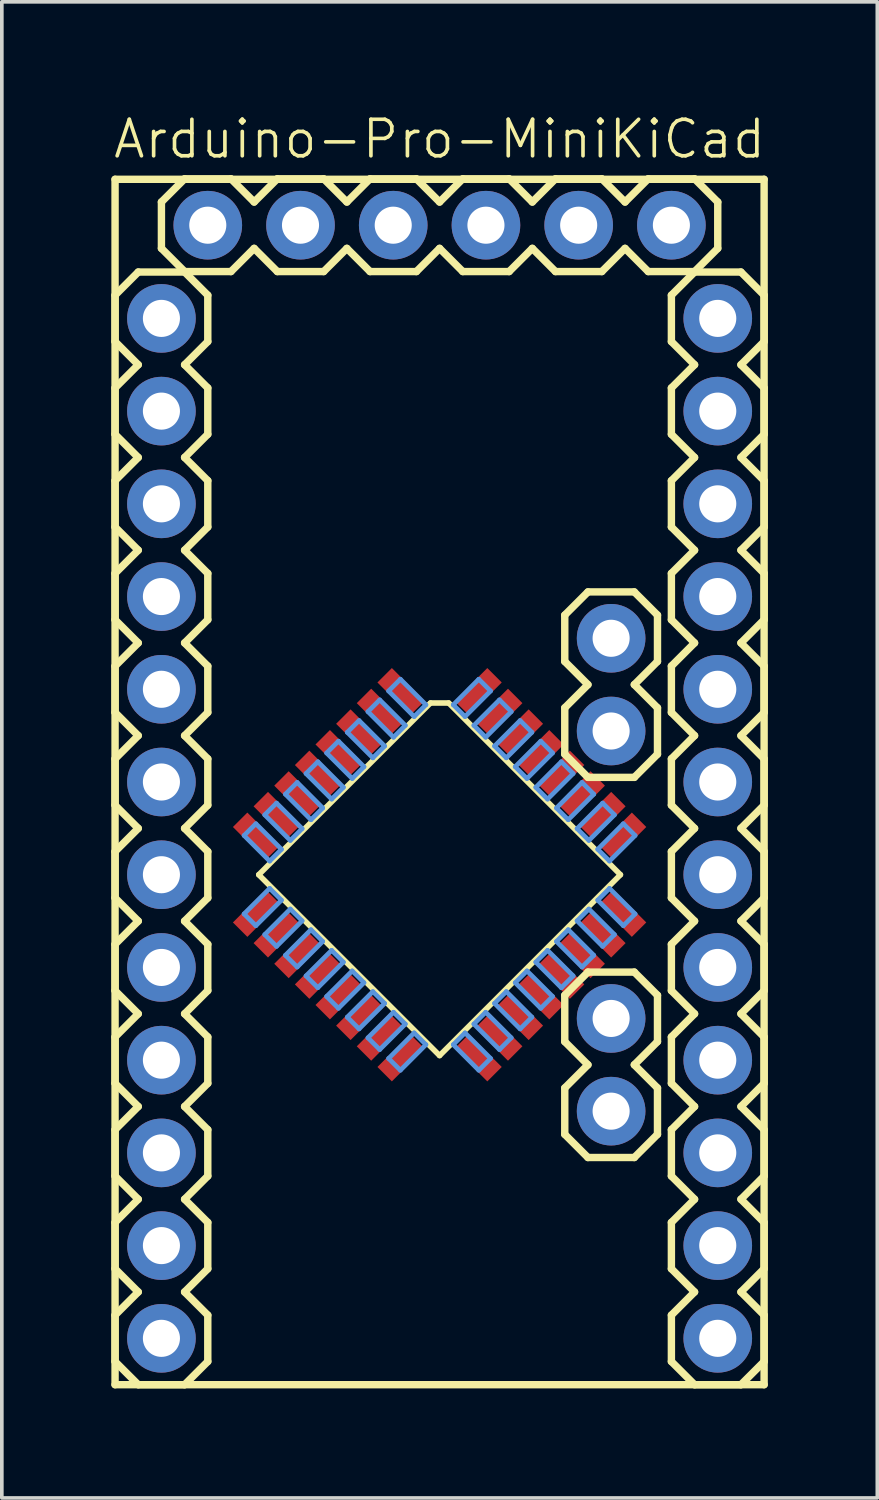
<source format=kicad_pcb>
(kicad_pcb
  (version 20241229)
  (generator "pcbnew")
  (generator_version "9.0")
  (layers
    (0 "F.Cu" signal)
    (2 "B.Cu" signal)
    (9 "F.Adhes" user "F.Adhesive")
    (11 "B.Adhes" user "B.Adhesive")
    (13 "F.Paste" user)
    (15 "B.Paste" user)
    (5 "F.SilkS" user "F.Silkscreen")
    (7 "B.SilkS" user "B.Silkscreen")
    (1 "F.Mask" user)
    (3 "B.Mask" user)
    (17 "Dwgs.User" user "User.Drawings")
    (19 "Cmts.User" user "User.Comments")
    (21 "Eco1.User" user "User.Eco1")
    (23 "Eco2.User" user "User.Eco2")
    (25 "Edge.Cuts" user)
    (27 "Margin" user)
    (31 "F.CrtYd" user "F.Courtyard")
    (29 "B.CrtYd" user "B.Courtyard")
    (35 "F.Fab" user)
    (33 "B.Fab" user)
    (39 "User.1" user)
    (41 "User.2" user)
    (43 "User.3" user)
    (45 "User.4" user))
  (footprint "Arduino-Pro-MiniKiCad"
    (layer "F.Cu")
    (at 8.992 18.372)
    (property "Reference" "Arduino-Pro-MiniKiCad" (at 0 -17.612 0) (layer "F.SilkS") (effects (font (size 1 1) (thickness 0.1))))
    (attr through_hole)
    (fp_line (start -8.89 -16.51) (end -8.89 16.51) (stroke (width 0.203) (type solid)) (layer "F.SilkS"))
    (fp_line (start -8.89 16.51) (end 8.89 16.51) (stroke (width 0.203) (type solid)) (layer "F.SilkS"))
    (fp_line (start -8.89 -13.335) (end -8.255 -13.97) (stroke (width 0.203) (type solid)) (layer "F.SilkS"))
    (fp_line (start -8.89 -12.065) (end -8.89 -13.335) (stroke (width 0.203) (type solid)) (layer "F.SilkS"))
    (fp_line (start -8.89 -12.065) (end -8.255 -11.43) (stroke (width 0.203) (type solid)) (layer "F.SilkS"))
    (fp_line (start -8.89 -10.795) (end -8.255 -11.43) (stroke (width 0.203) (type solid)) (layer "F.SilkS"))
    (fp_line (start -8.89 -9.525) (end -8.89 -10.795) (stroke (width 0.203) (type solid)) (layer "F.SilkS"))
    (fp_line (start -8.89 -9.525) (end -8.255 -8.89) (stroke (width 0.203) (type solid)) (layer "F.SilkS"))
    (fp_line (start -8.89 -8.255) (end -8.255 -8.89) (stroke (width 0.203) (type solid)) (layer "F.SilkS"))
    (fp_line (start -8.89 -6.985) (end -8.89 -8.255) (stroke (width 0.203) (type solid)) (layer "F.SilkS"))
    (fp_line (start -8.89 -6.985) (end -8.255 -6.35) (stroke (width 0.203) (type solid)) (layer "F.SilkS"))
    (fp_line (start -8.89 -5.715) (end -8.255 -6.35) (stroke (width 0.203) (type solid)) (layer "F.SilkS"))
    (fp_line (start -8.89 -4.445) (end -8.89 -5.715) (stroke (width 0.203) (type solid)) (layer "F.SilkS"))
    (fp_line (start -8.89 -4.445) (end -8.255 -3.81) (stroke (width 0.203) (type solid)) (layer "F.SilkS"))
    (fp_line (start -8.89 -3.175) (end -8.255 -3.81) (stroke (width 0.203) (type solid)) (layer "F.SilkS"))
    (fp_line (start -8.89 -1.905) (end -8.89 -3.175) (stroke (width 0.203) (type solid)) (layer "F.SilkS"))
    (fp_line (start -8.89 -1.905) (end -8.255 -1.27) (stroke (width 0.203) (type solid)) (layer "F.SilkS"))
    (fp_line (start -8.89 -0.635) (end -8.255 -1.27) (stroke (width 0.203) (type solid)) (layer "F.SilkS"))
    (fp_line (start -8.89 0.635) (end -8.89 -0.635) (stroke (width 0.203) (type solid)) (layer "F.SilkS"))
    (fp_line (start -8.89 0.635) (end -8.255 1.27) (stroke (width 0.203) (type solid)) (layer "F.SilkS"))
    (fp_line (start -8.89 1.905) (end -8.255 1.27) (stroke (width 0.203) (type solid)) (layer "F.SilkS"))
    (fp_line (start -8.89 3.175) (end -8.89 1.905) (stroke (width 0.203) (type solid)) (layer "F.SilkS"))
    (fp_line (start -8.89 4.445) (end -8.255 3.81) (stroke (width 0.203) (type solid)) (layer "F.SilkS"))
    (fp_line (start -8.89 5.715) (end -8.89 4.445) (stroke (width 0.203) (type solid)) (layer "F.SilkS"))
    (fp_line (start -8.89 6.985) (end -8.255 6.35) (stroke (width 0.203) (type solid)) (layer "F.SilkS"))
    (fp_line (start -8.89 8.255) (end -8.89 6.985) (stroke (width 0.203) (type solid)) (layer "F.SilkS"))
    (fp_line (start -8.89 8.255) (end -8.255 8.89) (stroke (width 0.203) (type solid)) (layer "F.SilkS"))
    (fp_line (start -8.89 9.525) (end -8.255 8.89) (stroke (width 0.203) (type solid)) (layer "F.SilkS"))
    (fp_line (start -8.89 10.795) (end -8.89 9.525) (stroke (width 0.203) (type solid)) (layer "F.SilkS"))
    (fp_line (start -8.89 12.065) (end -8.255 11.43) (stroke (width 0.203) (type solid)) (layer "F.SilkS"))
    (fp_line (start -8.89 13.335) (end -8.89 12.065) (stroke (width 0.203) (type solid)) (layer "F.SilkS"))
    (fp_line (start -8.89 14.605) (end -8.255 13.97) (stroke (width 0.203) (type solid)) (layer "F.SilkS"))
    (fp_line (start -8.89 15.875) (end -8.89 14.605) (stroke (width 0.203) (type solid)) (layer "F.SilkS"))
    (fp_line (start -8.89 15.875) (end -8.255 16.51) (stroke (width 0.203) (type solid)) (layer "F.SilkS"))
    (fp_line (start -8.255 -13.97) (end -6.985 -13.97) (stroke (width 0.203) (type solid)) (layer "F.SilkS"))
    (fp_line (start -8.255 3.81) (end -8.89 3.175) (stroke (width 0.203) (type solid)) (layer "F.SilkS"))
    (fp_line (start -8.255 6.35) (end -8.89 5.715) (stroke (width 0.203) (type solid)) (layer "F.SilkS"))
    (fp_line (start -8.255 11.43) (end -8.89 10.795) (stroke (width 0.203) (type solid)) (layer "F.SilkS"))
    (fp_line (start -8.255 13.97) (end -8.89 13.335) (stroke (width 0.203) (type solid)) (layer "F.SilkS"))
    (fp_line (start -8.255 16.51) (end -6.985 16.51) (stroke (width 0.203) (type solid)) (layer "F.SilkS"))
    (fp_line (start -7.62 -15.888) (end -7.62 -14.618) (stroke (width 0.203) (type solid)) (layer "F.SilkS"))
    (fp_line (start -7.62 -14.618) (end -6.985 -13.983) (stroke (width 0.203) (type solid)) (layer "F.SilkS"))
    (fp_line (start -6.985 -16.523) (end -7.62 -15.888) (stroke (width 0.203) (type solid)) (layer "F.SilkS"))
    (fp_line (start -6.985 -16.523) (end -5.715 -16.523) (stroke (width 0.203) (type solid)) (layer "F.SilkS"))
    (fp_line (start -6.985 -13.97) (end -6.35 -13.335) (stroke (width 0.203) (type solid)) (layer "F.SilkS"))
    (fp_line (start -6.985 -11.43) (end -6.35 -12.065) (stroke (width 0.203) (type solid)) (layer "F.SilkS"))
    (fp_line (start -6.985 -11.43) (end -6.35 -10.795) (stroke (width 0.203) (type solid)) (layer "F.SilkS"))
    (fp_line (start -6.985 -8.89) (end -6.35 -9.525) (stroke (width 0.203) (type solid)) (layer "F.SilkS"))
    (fp_line (start -6.985 -8.89) (end -6.35 -8.255) (stroke (width 0.203) (type solid)) (layer "F.SilkS"))
    (fp_line (start -6.985 -6.35) (end -6.35 -6.985) (stroke (width 0.203) (type solid)) (layer "F.SilkS"))
    (fp_line (start -6.985 -6.35) (end -6.35 -5.715) (stroke (width 0.203) (type solid)) (layer "F.SilkS"))
    (fp_line (start -6.985 -3.81) (end -6.35 -4.445) (stroke (width 0.203) (type solid)) (layer "F.SilkS"))
    (fp_line (start -6.985 -3.81) (end -6.35 -3.175) (stroke (width 0.203) (type solid)) (layer "F.SilkS"))
    (fp_line (start -6.985 -1.27) (end -6.35 -1.905) (stroke (width 0.203) (type solid)) (layer "F.SilkS"))
    (fp_line (start -6.985 -1.27) (end -6.35 -0.635) (stroke (width 0.203) (type solid)) (layer "F.SilkS"))
    (fp_line (start -6.985 1.27) (end -6.35 0.635) (stroke (width 0.203) (type solid)) (layer "F.SilkS"))
    (fp_line (start -6.985 1.27) (end -6.35 1.905) (stroke (width 0.203) (type solid)) (layer "F.SilkS"))
    (fp_line (start -6.985 3.81) (end -6.35 4.445) (stroke (width 0.203) (type solid)) (layer "F.SilkS"))
    (fp_line (start -6.985 6.35) (end -6.35 6.985) (stroke (width 0.203) (type solid)) (layer "F.SilkS"))
    (fp_line (start -6.985 8.89) (end -6.35 8.255) (stroke (width 0.203) (type solid)) (layer "F.SilkS"))
    (fp_line (start -6.985 8.89) (end -6.35 9.525) (stroke (width 0.203) (type solid)) (layer "F.SilkS"))
    (fp_line (start -6.985 11.43) (end -6.35 12.065) (stroke (width 0.203) (type solid)) (layer "F.SilkS"))
    (fp_line (start -6.985 13.97) (end -6.35 14.605) (stroke (width 0.203) (type solid)) (layer "F.SilkS"))
    (fp_line (start -6.985 16.51) (end -6.35 15.875) (stroke (width 0.203) (type solid)) (layer "F.SilkS"))
    (fp_line (start -6.35 -13.335) (end -6.35 -12.065) (stroke (width 0.203) (type solid)) (layer "F.SilkS"))
    (fp_line (start -6.35 -10.795) (end -6.35 -9.525) (stroke (width 0.203) (type solid)) (layer "F.SilkS"))
    (fp_line (start -6.35 -8.255) (end -6.35 -6.985) (stroke (width 0.203) (type solid)) (layer "F.SilkS"))
    (fp_line (start -6.35 -5.715) (end -6.35 -4.445) (stroke (width 0.203) (type solid)) (layer "F.SilkS"))
    (fp_line (start -6.35 -3.175) (end -6.35 -1.905) (stroke (width 0.203) (type solid)) (layer "F.SilkS"))
    (fp_line (start -6.35 -0.635) (end -6.35 0.635) (stroke (width 0.203) (type solid)) (layer "F.SilkS"))
    (fp_line (start -6.35 1.905) (end -6.35 3.175) (stroke (width 0.203) (type solid)) (layer "F.SilkS"))
    (fp_line (start -6.35 3.175) (end -6.985 3.81) (stroke (width 0.203) (type solid)) (layer "F.SilkS"))
    (fp_line (start -6.35 4.445) (end -6.35 5.715) (stroke (width 0.203) (type solid)) (layer "F.SilkS"))
    (fp_line (start -6.35 5.715) (end -6.985 6.35) (stroke (width 0.203) (type solid)) (layer "F.SilkS"))
    (fp_line (start -6.35 6.985) (end -6.35 8.255) (stroke (width 0.203) (type solid)) (layer "F.SilkS"))
    (fp_line (start -6.35 9.525) (end -6.35 10.795) (stroke (width 0.203) (type solid)) (layer "F.SilkS"))
    (fp_line (start -6.35 10.795) (end -6.985 11.43) (stroke (width 0.203) (type solid)) (layer "F.SilkS"))
    (fp_line (start -6.35 12.065) (end -6.35 13.335) (stroke (width 0.203) (type solid)) (layer "F.SilkS"))
    (fp_line (start -6.35 13.335) (end -6.985 13.97) (stroke (width 0.203) (type solid)) (layer "F.SilkS"))
    (fp_line (start -6.35 14.605) (end -6.35 15.875) (stroke (width 0.203) (type solid)) (layer "F.SilkS"))
    (fp_line (start -5.715 -16.523) (end -5.08 -15.888) (stroke (width 0.203) (type solid)) (layer "F.SilkS"))
    (fp_line (start -5.715 -13.983) (end -6.985 -13.983) (stroke (width 0.203) (type solid)) (layer "F.SilkS"))
    (fp_line (start -5.08 -15.888) (end -4.445 -16.523) (stroke (width 0.203) (type solid)) (layer "F.SilkS"))
    (fp_line (start -5.08 -14.618) (end -5.715 -13.983) (stroke (width 0.203) (type solid)) (layer "F.SilkS"))
    (fp_line (start -4.954 2.54) (end -0.25 -2.164) (stroke (width 0.152) (type solid)) (layer "F.SilkS"))
    (fp_line (start -4.445 -16.523) (end -3.175 -16.523) (stroke (width 0.203) (type solid)) (layer "F.SilkS"))
    (fp_line (start -4.445 -13.983) (end -5.08 -14.618) (stroke (width 0.203) (type solid)) (layer "F.SilkS"))
    (fp_line (start -3.175 -16.523) (end -2.54 -15.888) (stroke (width 0.203) (type solid)) (layer "F.SilkS"))
    (fp_line (start -3.175 -13.983) (end -4.445 -13.983) (stroke (width 0.203) (type solid)) (layer "F.SilkS"))
    (fp_line (start -2.54 -15.888) (end -1.905 -16.523) (stroke (width 0.203) (type solid)) (layer "F.SilkS"))
    (fp_line (start -2.54 -14.618) (end -3.175 -13.983) (stroke (width 0.203) (type solid)) (layer "F.SilkS"))
    (fp_line (start -1.905 -16.523) (end -0.635 -16.523) (stroke (width 0.203) (type solid)) (layer "F.SilkS"))
    (fp_line (start -1.905 -13.983) (end -2.54 -14.618) (stroke (width 0.203) (type solid)) (layer "F.SilkS"))
    (fp_line (start -0.635 -16.523) (end 0.000015 -15.888) (stroke (width 0.203) (type solid)) (layer "F.SilkS"))
    (fp_line (start -0.635 -13.983) (end -1.905 -13.983) (stroke (width 0.203) (type solid)) (layer "F.SilkS"))
    (fp_line (start 0 7.494) (end -4.954 2.54) (stroke (width 0.152) (type solid)) (layer "F.SilkS"))
    (fp_line (start 0.000015 -14.618) (end -0.635 -13.983) (stroke (width 0.203) (type solid)) (layer "F.SilkS"))
    (fp_line (start 0.000015 -14.618) (end 0.635 -13.983) (stroke (width 0.203) (type solid)) (layer "F.SilkS"))
    (fp_line (start 0.25 -2.164) (end -0.25 -2.164) (stroke (width 0.152) (type solid)) (layer "F.SilkS"))
    (fp_line (start 0.25 -2.164) (end 4.954 2.54) (stroke (width 0.152) (type solid)) (layer "F.SilkS"))
    (fp_line (start 0.635 -16.523) (end 0.000015 -15.888) (stroke (width 0.203) (type solid)) (layer "F.SilkS"))
    (fp_line (start 0.635 -16.523) (end 1.905 -16.523) (stroke (width 0.203) (type solid)) (layer "F.SilkS"))
    (fp_line (start 1.905 -16.523) (end 2.54 -15.888) (stroke (width 0.203) (type solid)) (layer "F.SilkS"))
    (fp_line (start 1.905 -13.983) (end 0.635 -13.983) (stroke (width 0.203) (type solid)) (layer "F.SilkS"))
    (fp_line (start 2.54 -15.888) (end 3.175 -16.523) (stroke (width 0.203) (type solid)) (layer "F.SilkS"))
    (fp_line (start 2.54 -14.618) (end 1.905 -13.983) (stroke (width 0.203) (type solid)) (layer "F.SilkS"))
    (fp_line (start 3.175 -16.523) (end 4.445 -16.523) (stroke (width 0.203) (type solid)) (layer "F.SilkS"))
    (fp_line (start 3.175 -13.983) (end 2.54 -14.618) (stroke (width 0.203) (type solid)) (layer "F.SilkS"))
    (fp_line (start 3.429 -4.572) (end 4.064 -5.207) (stroke (width 0.203) (type solid)) (layer "F.SilkS"))
    (fp_line (start 3.429 -3.302) (end 3.429 -4.572) (stroke (width 0.203) (type solid)) (layer "F.SilkS"))
    (fp_line (start 3.429 -2.032) (end 4.064 -2.667) (stroke (width 0.203) (type solid)) (layer "F.SilkS"))
    (fp_line (start 3.429 -0.762) (end 3.429 -2.032) (stroke (width 0.203) (type solid)) (layer "F.SilkS"))
    (fp_line (start 3.429 -0.762) (end 4.064 -0.127) (stroke (width 0.203) (type solid)) (layer "F.SilkS"))
    (fp_line (start 3.429 5.842) (end 4.064 5.207) (stroke (width 0.203) (type solid)) (layer "F.SilkS"))
    (fp_line (start 3.429 7.112) (end 3.429 5.842) (stroke (width 0.203) (type solid)) (layer "F.SilkS"))
    (fp_line (start 3.429 8.382) (end 4.064 7.747) (stroke (width 0.203) (type solid)) (layer "F.SilkS"))
    (fp_line (start 3.429 9.652) (end 3.429 8.382) (stroke (width 0.203) (type solid)) (layer "F.SilkS"))
    (fp_line (start 3.429 9.652) (end 4.064 10.287) (stroke (width 0.203) (type solid)) (layer "F.SilkS"))
    (fp_line (start 4.064 -5.207) (end 5.334 -5.207) (stroke (width 0.203) (type solid)) (layer "F.SilkS"))
    (fp_line (start 4.064 -2.667) (end 3.429 -3.302) (stroke (width 0.203) (type solid)) (layer "F.SilkS"))
    (fp_line (start 4.064 -0.127) (end 5.334 -0.127) (stroke (width 0.203) (type solid)) (layer "F.SilkS"))
    (fp_line (start 4.064 5.207) (end 5.334 5.207) (stroke (width 0.203) (type solid)) (layer "F.SilkS"))
    (fp_line (start 4.064 7.747) (end 3.429 7.112) (stroke (width 0.203) (type solid)) (layer "F.SilkS"))
    (fp_line (start 4.064 10.287) (end 5.334 10.287) (stroke (width 0.203) (type solid)) (layer "F.SilkS"))
    (fp_line (start 4.445 -16.523) (end 5.08 -15.888) (stroke (width 0.203) (type solid)) (layer "F.SilkS"))
    (fp_line (start 4.445 -13.983) (end 3.175 -13.983) (stroke (width 0.203) (type solid)) (layer "F.SilkS"))
    (fp_line (start 4.954 2.54) (end 0 7.494) (stroke (width 0.152) (type solid)) (layer "F.SilkS"))
    (fp_line (start 5.08 -15.888) (end 5.715 -16.523) (stroke (width 0.203) (type solid)) (layer "F.SilkS"))
    (fp_line (start 5.08 -14.618) (end 4.445 -13.983) (stroke (width 0.203) (type solid)) (layer "F.SilkS"))
    (fp_line (start 5.334 -5.207) (end 5.969 -4.572) (stroke (width 0.203) (type solid)) (layer "F.SilkS"))
    (fp_line (start 5.334 -2.667) (end 5.969 -2.032) (stroke (width 0.203) (type solid)) (layer "F.SilkS"))
    (fp_line (start 5.334 -0.127) (end 5.969 -0.762) (stroke (width 0.203) (type solid)) (layer "F.SilkS"))
    (fp_line (start 5.334 5.207) (end 5.969 5.842) (stroke (width 0.203) (type solid)) (layer "F.SilkS"))
    (fp_line (start 5.334 7.747) (end 5.969 8.382) (stroke (width 0.203) (type solid)) (layer "F.SilkS"))
    (fp_line (start 5.334 10.287) (end 5.969 9.652) (stroke (width 0.203) (type solid)) (layer "F.SilkS"))
    (fp_line (start 5.715 -16.523) (end 6.985 -16.523) (stroke (width 0.203) (type solid)) (layer "F.SilkS"))
    (fp_line (start 5.715 -13.983) (end 5.08 -14.618) (stroke (width 0.203) (type solid)) (layer "F.SilkS"))
    (fp_line (start 5.969 -4.572) (end 5.969 -3.302) (stroke (width 0.203) (type solid)) (layer "F.SilkS"))
    (fp_line (start 5.969 -3.302) (end 5.334 -2.667) (stroke (width 0.203) (type solid)) (layer "F.SilkS"))
    (fp_line (start 5.969 -2.032) (end 5.969 -0.762) (stroke (width 0.203) (type solid)) (layer "F.SilkS"))
    (fp_line (start 5.969 5.842) (end 5.969 7.112) (stroke (width 0.203) (type solid)) (layer "F.SilkS"))
    (fp_line (start 5.969 7.112) (end 5.334 7.747) (stroke (width 0.203) (type solid)) (layer "F.SilkS"))
    (fp_line (start 5.969 8.382) (end 5.969 9.652) (stroke (width 0.203) (type solid)) (layer "F.SilkS"))
    (fp_line (start 6.35 -12.065) (end 6.35 -13.335) (stroke (width 0.203) (type solid)) (layer "F.SilkS"))
    (fp_line (start 6.35 -10.795) (end 6.985 -11.43) (stroke (width 0.203) (type solid)) (layer "F.SilkS"))
    (fp_line (start 6.35 -9.525) (end 6.35 -10.795) (stroke (width 0.203) (type solid)) (layer "F.SilkS"))
    (fp_line (start 6.35 -8.255) (end 6.985 -8.89) (stroke (width 0.203) (type solid)) (layer "F.SilkS"))
    (fp_line (start 6.35 -6.985) (end 6.35 -8.255) (stroke (width 0.203) (type solid)) (layer "F.SilkS"))
    (fp_line (start 6.35 -4.445) (end 6.35 -5.715) (stroke (width 0.203) (type solid)) (layer "F.SilkS"))
    (fp_line (start 6.35 -3.175) (end 6.985 -3.81) (stroke (width 0.203) (type solid)) (layer "F.SilkS"))
    (fp_line (start 6.35 -1.905) (end 6.35 -3.175) (stroke (width 0.203) (type solid)) (layer "F.SilkS"))
    (fp_line (start 6.35 -0.635) (end 6.985 -1.27) (stroke (width 0.203) (type solid)) (layer "F.SilkS"))
    (fp_line (start 6.35 0.635) (end 6.35 -0.635) (stroke (width 0.203) (type solid)) (layer "F.SilkS"))
    (fp_line (start 6.35 3.175) (end 6.35 1.905) (stroke (width 0.203) (type solid)) (layer "F.SilkS"))
    (fp_line (start 6.35 5.715) (end 6.35 4.445) (stroke (width 0.203) (type solid)) (layer "F.SilkS"))
    (fp_line (start 6.35 8.255) (end 6.35 6.985) (stroke (width 0.203) (type solid)) (layer "F.SilkS"))
    (fp_line (start 6.35 10.795) (end 6.35 9.525) (stroke (width 0.203) (type solid)) (layer "F.SilkS"))
    (fp_line (start 6.35 13.335) (end 6.35 12.065) (stroke (width 0.203) (type solid)) (layer "F.SilkS"))
    (fp_line (start 6.35 15.875) (end 6.35 14.605) (stroke (width 0.203) (type solid)) (layer "F.SilkS"))
    (fp_line (start 6.985 -16.523) (end 7.62 -15.888) (stroke (width 0.203) (type solid)) (layer "F.SilkS"))
    (fp_line (start 6.985 -13.983) (end 5.715 -13.983) (stroke (width 0.203) (type solid)) (layer "F.SilkS"))
    (fp_line (start 6.985 -13.97) (end 6.35 -13.335) (stroke (width 0.203) (type solid)) (layer "F.SilkS"))
    (fp_line (start 6.985 -11.43) (end 6.35 -12.065) (stroke (width 0.203) (type solid)) (layer "F.SilkS"))
    (fp_line (start 6.985 -8.89) (end 6.35 -9.525) (stroke (width 0.203) (type solid)) (layer "F.SilkS"))
    (fp_line (start 6.985 -6.35) (end 6.35 -6.985) (stroke (width 0.203) (type solid)) (layer "F.SilkS"))
    (fp_line (start 6.985 -6.35) (end 6.35 -5.715) (stroke (width 0.203) (type solid)) (layer "F.SilkS"))
    (fp_line (start 6.985 -3.81) (end 6.35 -4.445) (stroke (width 0.203) (type solid)) (layer "F.SilkS"))
    (fp_line (start 6.985 -1.27) (end 6.35 -1.905) (stroke (width 0.203) (type solid)) (layer "F.SilkS"))
    (fp_line (start 6.985 1.27) (end 6.35 0.635) (stroke (width 0.203) (type solid)) (layer "F.SilkS"))
    (fp_line (start 6.985 1.27) (end 6.35 1.905) (stroke (width 0.203) (type solid)) (layer "F.SilkS"))
    (fp_line (start 6.985 3.81) (end 6.35 3.175) (stroke (width 0.203) (type solid)) (layer "F.SilkS"))
    (fp_line (start 6.985 3.81) (end 6.35 4.445) (stroke (width 0.203) (type solid)) (layer "F.SilkS"))
    (fp_line (start 6.985 6.35) (end 6.35 5.715) (stroke (width 0.203) (type solid)) (layer "F.SilkS"))
    (fp_line (start 6.985 6.35) (end 6.35 6.985) (stroke (width 0.203) (type solid)) (layer "F.SilkS"))
    (fp_line (start 6.985 8.89) (end 6.35 8.255) (stroke (width 0.203) (type solid)) (layer "F.SilkS"))
    (fp_line (start 6.985 8.89) (end 6.35 9.525) (stroke (width 0.203) (type solid)) (layer "F.SilkS"))
    (fp_line (start 6.985 11.43) (end 6.35 10.795) (stroke (width 0.203) (type solid)) (layer "F.SilkS"))
    (fp_line (start 6.985 11.43) (end 6.35 12.065) (stroke (width 0.203) (type solid)) (layer "F.SilkS"))
    (fp_line (start 6.985 13.97) (end 6.35 13.335) (stroke (width 0.203) (type solid)) (layer "F.SilkS"))
    (fp_line (start 6.985 13.97) (end 6.35 14.605) (stroke (width 0.203) (type solid)) (layer "F.SilkS"))
    (fp_line (start 6.985 16.51) (end 6.35 15.875) (stroke (width 0.203) (type solid)) (layer "F.SilkS"))
    (fp_line (start 7.62 -15.888) (end 7.62 -14.618) (stroke (width 0.203) (type solid)) (layer "F.SilkS"))
    (fp_line (start 7.62 -14.618) (end 6.985 -13.983) (stroke (width 0.203) (type solid)) (layer "F.SilkS"))
    (fp_line (start 8.255 -13.97) (end 6.985 -13.97) (stroke (width 0.203) (type solid)) (layer "F.SilkS"))
    (fp_line (start 8.255 -11.43) (end 8.89 -10.795) (stroke (width 0.203) (type solid)) (layer "F.SilkS"))
    (fp_line (start 8.255 -8.89) (end 8.89 -8.255) (stroke (width 0.203) (type solid)) (layer "F.SilkS"))
    (fp_line (start 8.255 -3.81) (end 8.89 -3.175) (stroke (width 0.203) (type solid)) (layer "F.SilkS"))
    (fp_line (start 8.255 -1.27) (end 8.89 -0.635) (stroke (width 0.203) (type solid)) (layer "F.SilkS"))
    (fp_line (start 8.255 16.51) (end 6.985 16.51) (stroke (width 0.203) (type solid)) (layer "F.SilkS"))
    (fp_line (start 8.89 -16.51) (end -8.89 -16.51) (stroke (width 0.203) (type solid)) (layer "F.SilkS"))
    (fp_line (start 8.89 16.51) (end 8.89 -16.51) (stroke (width 0.203) (type solid)) (layer "F.SilkS"))
    (fp_line (start 8.89 -13.335) (end 8.255 -13.97) (stroke (width 0.203) (type solid)) (layer "F.SilkS"))
    (fp_line (start 8.89 -13.335) (end 8.89 -12.065) (stroke (width 0.203) (type solid)) (layer "F.SilkS"))
    (fp_line (start 8.89 -12.065) (end 8.255 -11.43) (stroke (width 0.203) (type solid)) (layer "F.SilkS"))
    (fp_line (start 8.89 -10.795) (end 8.89 -9.525) (stroke (width 0.203) (type solid)) (layer "F.SilkS"))
    (fp_line (start 8.89 -9.525) (end 8.255 -8.89) (stroke (width 0.203) (type solid)) (layer "F.SilkS"))
    (fp_line (start 8.89 -8.255) (end 8.89 -6.985) (stroke (width 0.203) (type solid)) (layer "F.SilkS"))
    (fp_line (start 8.89 -6.985) (end 8.255 -6.35) (stroke (width 0.203) (type solid)) (layer "F.SilkS"))
    (fp_line (start 8.89 -5.715) (end 8.255 -6.35) (stroke (width 0.203) (type solid)) (layer "F.SilkS"))
    (fp_line (start 8.89 -5.715) (end 8.89 -4.445) (stroke (width 0.203) (type solid)) (layer "F.SilkS"))
    (fp_line (start 8.89 -4.445) (end 8.255 -3.81) (stroke (width 0.203) (type solid)) (layer "F.SilkS"))
    (fp_line (start 8.89 -3.175) (end 8.89 -1.905) (stroke (width 0.203) (type solid)) (layer "F.SilkS"))
    (fp_line (start 8.89 -1.905) (end 8.255 -1.27) (stroke (width 0.203) (type solid)) (layer "F.SilkS"))
    (fp_line (start 8.89 -0.635) (end 8.89 0.635) (stroke (width 0.203) (type solid)) (layer "F.SilkS"))
    (fp_line (start 8.89 0.635) (end 8.255 1.27) (stroke (width 0.203) (type solid)) (layer "F.SilkS"))
    (fp_line (start 8.89 1.905) (end 8.255 1.27) (stroke (width 0.203) (type solid)) (layer "F.SilkS"))
    (fp_line (start 8.89 1.905) (end 8.89 3.175) (stroke (width 0.203) (type solid)) (layer "F.SilkS"))
    (fp_line (start 8.89 3.175) (end 8.255 3.81) (stroke (width 0.203) (type solid)) (layer "F.SilkS"))
    (fp_line (start 8.89 4.445) (end 8.255 3.81) (stroke (width 0.203) (type solid)) (layer "F.SilkS"))
    (fp_line (start 8.89 4.445) (end 8.89 5.715) (stroke (width 0.203) (type solid)) (layer "F.SilkS"))
    (fp_line (start 8.89 5.715) (end 8.255 6.35) (stroke (width 0.203) (type solid)) (layer "F.SilkS"))
    (fp_line (start 8.89 6.985) (end 8.255 6.35) (stroke (width 0.203) (type solid)) (layer "F.SilkS"))
    (fp_line (start 8.89 6.985) (end 8.89 8.255) (stroke (width 0.203) (type solid)) (layer "F.SilkS"))
    (fp_line (start 8.89 8.255) (end 8.255 8.89) (stroke (width 0.203) (type solid)) (layer "F.SilkS"))
    (fp_line (start 8.89 9.525) (end 8.255 8.89) (stroke (width 0.203) (type solid)) (layer "F.SilkS"))
    (fp_line (start 8.89 9.525) (end 8.89 10.795) (stroke (width 0.203) (type solid)) (layer "F.SilkS"))
    (fp_line (start 8.89 10.795) (end 8.255 11.43) (stroke (width 0.203) (type solid)) (layer "F.SilkS"))
    (fp_line (start 8.89 12.065) (end 8.255 11.43) (stroke (width 0.203) (type solid)) (layer "F.SilkS"))
    (fp_line (start 8.89 12.065) (end 8.89 13.335) (stroke (width 0.203) (type solid)) (layer "F.SilkS"))
    (fp_line (start 8.89 13.335) (end 8.255 13.97) (stroke (width 0.203) (type solid)) (layer "F.SilkS"))
    (fp_line (start 8.89 14.605) (end 8.255 13.97) (stroke (width 0.203) (type solid)) (layer "F.SilkS"))
    (fp_line (start 8.89 14.605) (end 8.89 15.875) (stroke (width 0.203) (type solid)) (layer "F.SilkS"))
    (fp_line (start 8.89 15.875) (end 8.255 16.51) (stroke (width 0.203) (type solid)) (layer "F.SilkS"))
    (fp_line (start -7.874 -12.954) (end -7.874 -12.446) (stroke (width 0.127) (type solid)) (layer "Cmts.User"))
    (fp_line (start -7.874 -12.446) (end -7.366 -12.446) (stroke (width 0.127) (type solid)) (layer "Cmts.User"))
    (fp_line (start -7.874 -10.414) (end -7.874 -9.906) (stroke (width 0.127) (type solid)) (layer "Cmts.User"))
    (fp_line (start -7.874 -9.906) (end -7.366 -9.906) (stroke (width 0.127) (type solid)) (layer "Cmts.User"))
    (fp_line (start -7.874 -7.874) (end -7.874 -7.366) (stroke (width 0.127) (type solid)) (layer "Cmts.User"))
    (fp_line (start -7.874 -7.366) (end -7.366 -7.366) (stroke (width 0.127) (type solid)) (layer "Cmts.User"))
    (fp_line (start -7.874 -5.334) (end -7.874 -4.826) (stroke (width 0.127) (type solid)) (layer "Cmts.User"))
    (fp_line (start -7.874 -4.826) (end -7.366 -4.826) (stroke (width 0.127) (type solid)) (layer "Cmts.User"))
    (fp_line (start -7.874 -2.794) (end -7.874 -2.286) (stroke (width 0.127) (type solid)) (layer "Cmts.User"))
    (fp_line (start -7.874 -2.286) (end -7.366 -2.286) (stroke (width 0.127) (type solid)) (layer "Cmts.User"))
    (fp_line (start -7.874 -0.254) (end -7.874 0.254) (stroke (width 0.127) (type solid)) (layer "Cmts.User"))
    (fp_line (start -7.874 0.254) (end -7.366 0.254) (stroke (width 0.127) (type solid)) (layer "Cmts.User"))
    (fp_line (start -7.874 2.286) (end -7.874 2.794) (stroke (width 0.127) (type solid)) (layer "Cmts.User"))
    (fp_line (start -7.874 2.794) (end -7.366 2.794) (stroke (width 0.127) (type solid)) (layer "Cmts.User"))
    (fp_line (start -7.874 4.826) (end -7.874 5.334) (stroke (width 0.127) (type solid)) (layer "Cmts.User"))
    (fp_line (start -7.874 5.334) (end -7.366 5.334) (stroke (width 0.127) (type solid)) (layer "Cmts.User"))
    (fp_line (start -7.874 7.366) (end -7.874 7.874) (stroke (width 0.127) (type solid)) (layer "Cmts.User"))
    (fp_line (start -7.874 7.874) (end -7.366 7.874) (stroke (width 0.127) (type solid)) (layer "Cmts.User"))
    (fp_line (start -7.874 9.906) (end -7.874 10.414) (stroke (width 0.127) (type solid)) (layer "Cmts.User"))
    (fp_line (start -7.874 10.414) (end -7.366 10.414) (stroke (width 0.127) (type solid)) (layer "Cmts.User"))
    (fp_line (start -7.874 12.446) (end -7.874 12.954) (stroke (width 0.127) (type solid)) (layer "Cmts.User"))
    (fp_line (start -7.874 12.954) (end -7.366 12.954) (stroke (width 0.127) (type solid)) (layer "Cmts.User"))
    (fp_line (start -7.874 14.986) (end -7.874 15.494) (stroke (width 0.127) (type solid)) (layer "Cmts.User"))
    (fp_line (start -7.874 15.494) (end -7.366 15.494) (stroke (width 0.127) (type solid)) (layer "Cmts.User"))
    (fp_line (start -7.366 -12.954) (end -7.874 -12.954) (stroke (width 0.127) (type solid)) (layer "Cmts.User"))
    (fp_line (start -7.366 -12.446) (end -7.366 -12.954) (stroke (width 0.127) (type solid)) (layer "Cmts.User"))
    (fp_line (start -7.366 -10.414) (end -7.874 -10.414) (stroke (width 0.127) (type solid)) (layer "Cmts.User"))
    (fp_line (start -7.366 -9.906) (end -7.366 -10.414) (stroke (width 0.127) (type solid)) (layer "Cmts.User"))
    (fp_line (start -7.366 -7.874) (end -7.874 -7.874) (stroke (width 0.127) (type solid)) (layer "Cmts.User"))
    (fp_line (start -7.366 -7.366) (end -7.366 -7.874) (stroke (width 0.127) (type solid)) (layer "Cmts.User"))
    (fp_line (start -7.366 -5.334) (end -7.874 -5.334) (stroke (width 0.127) (type solid)) (layer "Cmts.User"))
    (fp_line (start -7.366 -4.826) (end -7.366 -5.334) (stroke (width 0.127) (type solid)) (layer "Cmts.User"))
    (fp_line (start -7.366 -2.794) (end -7.874 -2.794) (stroke (width 0.127) (type solid)) (layer "Cmts.User"))
    (fp_line (start -7.366 -2.286) (end -7.366 -2.794) (stroke (width 0.127) (type solid)) (layer "Cmts.User"))
    (fp_line (start -7.366 -0.254) (end -7.874 -0.254) (stroke (width 0.127) (type solid)) (layer "Cmts.User"))
    (fp_line (start -7.366 0.254) (end -7.366 -0.254) (stroke (width 0.127) (type solid)) (layer "Cmts.User"))
    (fp_line (start -7.366 2.286) (end -7.874 2.286) (stroke (width 0.127) (type solid)) (layer "Cmts.User"))
    (fp_line (start -7.366 2.794) (end -7.366 2.286) (stroke (width 0.127) (type solid)) (layer "Cmts.User"))
    (fp_line (start -7.366 4.826) (end -7.874 4.826) (stroke (width 0.127) (type solid)) (layer "Cmts.User"))
    (fp_line (start -7.366 5.334) (end -7.366 4.826) (stroke (width 0.127) (type solid)) (layer "Cmts.User"))
    (fp_line (start -7.366 7.366) (end -7.874 7.366) (stroke (width 0.127) (type solid)) (layer "Cmts.User"))
    (fp_line (start -7.366 7.874) (end -7.366 7.366) (stroke (width 0.127) (type solid)) (layer "Cmts.User"))
    (fp_line (start -7.366 9.906) (end -7.874 9.906) (stroke (width 0.127) (type solid)) (layer "Cmts.User"))
    (fp_line (start -7.366 10.414) (end -7.366 9.906) (stroke (width 0.127) (type solid)) (layer "Cmts.User"))
    (fp_line (start -7.366 12.446) (end -7.874 12.446) (stroke (width 0.127) (type solid)) (layer "Cmts.User"))
    (fp_line (start -7.366 12.954) (end -7.366 12.446) (stroke (width 0.127) (type solid)) (layer "Cmts.User"))
    (fp_line (start -7.366 14.986) (end -7.874 14.986) (stroke (width 0.127) (type solid)) (layer "Cmts.User"))
    (fp_line (start -7.366 15.494) (end -7.366 14.986) (stroke (width 0.127) (type solid)) (layer "Cmts.User"))
    (fp_line (start -6.604 -15.507) (end -6.604 -14.999) (stroke (width 0.127) (type solid)) (layer "Cmts.User"))
    (fp_line (start -6.604 -14.999) (end -6.096 -14.999) (stroke (width 0.127) (type solid)) (layer "Cmts.User"))
    (fp_line (start -6.096 -15.507) (end -6.604 -15.507) (stroke (width 0.127) (type solid)) (layer "Cmts.User"))
    (fp_line (start -6.096 -14.999) (end -6.096 -15.507) (stroke (width 0.127) (type solid)) (layer "Cmts.User"))
    (fp_line (start -5.356 1.466) (end -4.655 2.166) (stroke (width 0.127) (type solid)) (layer "Cmts.User"))
    (fp_line (start -5.356 3.614) (end -5.033 3.937) (stroke (width 0.127) (type solid)) (layer "Cmts.User"))
    (fp_line (start -5.033 1.143) (end -5.356 1.466) (stroke (width 0.127) (type solid)) (layer "Cmts.User"))
    (fp_line (start -5.033 3.937) (end -4.332 3.237) (stroke (width 0.127) (type solid)) (layer "Cmts.User"))
    (fp_line (start -4.79 0.9) (end -4.09 1.601) (stroke (width 0.127) (type solid)) (layer "Cmts.User"))
    (fp_line (start -4.79 4.18) (end -4.467 4.503) (stroke (width 0.127) (type solid)) (layer "Cmts.User"))
    (fp_line (start -4.655 2.166) (end -4.332 1.843) (stroke (width 0.127) (type solid)) (layer "Cmts.User"))
    (fp_line (start -4.655 2.914) (end -5.356 3.614) (stroke (width 0.127) (type solid)) (layer "Cmts.User"))
    (fp_line (start -4.467 0.577) (end -4.79 0.9) (stroke (width 0.127) (type solid)) (layer "Cmts.User"))
    (fp_line (start -4.467 4.503) (end -3.766 3.803) (stroke (width 0.127) (type solid)) (layer "Cmts.User"))
    (fp_line (start -4.332 1.843) (end -5.033 1.143) (stroke (width 0.127) (type solid)) (layer "Cmts.User"))
    (fp_line (start -4.332 3.237) (end -4.655 2.914) (stroke (width 0.127) (type solid)) (layer "Cmts.User"))
    (fp_line (start -4.224 0.334) (end -3.524 1.035) (stroke (width 0.127) (type solid)) (layer "Cmts.User"))
    (fp_line (start -4.224 4.746) (end -3.901 5.069) (stroke (width 0.127) (type solid)) (layer "Cmts.User"))
    (fp_line (start -4.09 3.479) (end -4.79 4.18) (stroke (width 0.127) (type solid)) (layer "Cmts.User"))
    (fp_line (start -4.09 1.601) (end -3.766 1.277) (stroke (width 0.127) (type solid)) (layer "Cmts.User"))
    (fp_line (start -4.064 -15.507) (end -4.064 -14.999) (stroke (width 0.127) (type solid)) (layer "Cmts.User"))
    (fp_line (start -4.064 -14.999) (end -3.556 -14.999) (stroke (width 0.127) (type solid)) (layer "Cmts.User"))
    (fp_line (start -3.901 0.011) (end -4.224 0.334) (stroke (width 0.127) (type solid)) (layer "Cmts.User"))
    (fp_line (start -3.901 5.069) (end -3.201 4.368) (stroke (width 0.127) (type solid)) (layer "Cmts.User"))
    (fp_line (start -3.766 3.803) (end -4.09 3.479) (stroke (width 0.127) (type solid)) (layer "Cmts.User"))
    (fp_line (start -3.766 1.277) (end -4.467 0.577) (stroke (width 0.127) (type solid)) (layer "Cmts.User"))
    (fp_line (start -3.659 -0.231) (end -2.958 0.469) (stroke (width 0.127) (type solid)) (layer "Cmts.User"))
    (fp_line (start -3.659 5.311) (end -3.335 5.635) (stroke (width 0.127) (type solid)) (layer "Cmts.User"))
    (fp_line (start -3.556 -15.507) (end -4.064 -15.507) (stroke (width 0.127) (type solid)) (layer "Cmts.User"))
    (fp_line (start -3.556 -14.999) (end -3.556 -15.507) (stroke (width 0.127) (type solid)) (layer "Cmts.User"))
    (fp_line (start -3.524 1.035) (end -3.201 0.712) (stroke (width 0.127) (type solid)) (layer "Cmts.User"))
    (fp_line (start -3.524 4.045) (end -4.224 4.746) (stroke (width 0.127) (type solid)) (layer "Cmts.User"))
    (fp_line (start -3.335 -0.555) (end -3.659 -0.231) (stroke (width 0.127) (type solid)) (layer "Cmts.User"))
    (fp_line (start -3.335 5.635) (end -2.635 4.934) (stroke (width 0.127) (type solid)) (layer "Cmts.User"))
    (fp_line (start -3.201 0.712) (end -3.901 0.011) (stroke (width 0.127) (type solid)) (layer "Cmts.User"))
    (fp_line (start -3.201 4.368) (end -3.524 4.045) (stroke (width 0.127) (type solid)) (layer "Cmts.User"))
    (fp_line (start -3.095 -0.795) (end -2.394 -0.095) (stroke (width 0.127) (type solid)) (layer "Cmts.User"))
    (fp_line (start -3.095 5.875) (end -2.771 6.199) (stroke (width 0.127) (type solid)) (layer "Cmts.User"))
    (fp_line (start -2.958 0.469) (end -2.635 0.146) (stroke (width 0.127) (type solid)) (layer "Cmts.User"))
    (fp_line (start -2.958 4.611) (end -3.659 5.311) (stroke (width 0.127) (type solid)) (layer "Cmts.User"))
    (fp_line (start -2.771 -1.119) (end -3.095 -0.795) (stroke (width 0.127) (type solid)) (layer "Cmts.User"))
    (fp_line (start -2.771 6.199) (end -2.071 5.498) (stroke (width 0.127) (type solid)) (layer "Cmts.User"))
    (fp_line (start -2.635 0.146) (end -3.335 -0.555) (stroke (width 0.127) (type solid)) (layer "Cmts.User"))
    (fp_line (start -2.635 4.934) (end -2.958 4.611) (stroke (width 0.127) (type solid)) (layer "Cmts.User"))
    (fp_line (start -2.529 -1.361) (end -1.828 -0.661) (stroke (width 0.127) (type solid)) (layer "Cmts.User"))
    (fp_line (start -2.529 6.441) (end -2.206 6.764) (stroke (width 0.127) (type solid)) (layer "Cmts.User"))
    (fp_line (start -2.394 -0.095) (end -2.071 -0.418) (stroke (width 0.127) (type solid)) (layer "Cmts.User"))
    (fp_line (start -2.394 5.175) (end -3.095 5.875) (stroke (width 0.127) (type solid)) (layer "Cmts.User"))
    (fp_line (start -2.206 -1.684) (end -2.529 -1.361) (stroke (width 0.127) (type solid)) (layer "Cmts.User"))
    (fp_line (start -2.206 6.764) (end -1.505 6.064) (stroke (width 0.127) (type solid)) (layer "Cmts.User"))
    (fp_line (start -2.071 -0.418) (end -2.771 -1.119) (stroke (width 0.127) (type solid)) (layer "Cmts.User"))
    (fp_line (start -2.071 5.498) (end -2.394 5.175) (stroke (width 0.127) (type solid)) (layer "Cmts.User"))
    (fp_line (start -1.963 -1.927) (end -1.263 -1.226) (stroke (width 0.127) (type solid)) (layer "Cmts.User"))
    (fp_line (start -1.963 7.007) (end -1.64 7.33) (stroke (width 0.127) (type solid)) (layer "Cmts.User"))
    (fp_line (start -1.828 -0.661) (end -1.505 -0.984) (stroke (width 0.127) (type solid)) (layer "Cmts.User"))
    (fp_line (start -1.828 5.741) (end -2.529 6.441) (stroke (width 0.127) (type solid)) (layer "Cmts.User"))
    (fp_line (start -1.64 -2.25) (end -1.963 -1.927) (stroke (width 0.127) (type solid)) (layer "Cmts.User"))
    (fp_line (start -1.64 7.33) (end -0.939 6.63) (stroke (width 0.127) (type solid)) (layer "Cmts.User"))
    (fp_line (start -1.524 -15.507) (end -1.524 -14.999) (stroke (width 0.127) (type solid)) (layer "Cmts.User"))
    (fp_line (start -1.524 -14.999) (end -1.016 -14.999) (stroke (width 0.127) (type solid)) (layer "Cmts.User"))
    (fp_line (start -1.505 -0.984) (end -2.206 -1.684) (stroke (width 0.127) (type solid)) (layer "Cmts.User"))
    (fp_line (start -1.505 6.064) (end -1.828 5.741) (stroke (width 0.127) (type solid)) (layer "Cmts.User"))
    (fp_line (start -1.397 -2.493) (end -0.697 -1.792) (stroke (width 0.127) (type solid)) (layer "Cmts.User"))
    (fp_line (start -1.397 7.573) (end -1.074 7.896) (stroke (width 0.127) (type solid)) (layer "Cmts.User"))
    (fp_line (start -1.263 -1.226) (end -0.939 -1.55) (stroke (width 0.127) (type solid)) (layer "Cmts.User"))
    (fp_line (start -1.263 6.306) (end -1.963 7.007) (stroke (width 0.127) (type solid)) (layer "Cmts.User"))
    (fp_line (start -1.074 -2.816) (end -1.397 -2.493) (stroke (width 0.127) (type solid)) (layer "Cmts.User"))
    (fp_line (start -1.074 7.896) (end -0.374 7.195) (stroke (width 0.127) (type solid)) (layer "Cmts.User"))
    (fp_line (start -1.016 -15.507) (end -1.524 -15.507) (stroke (width 0.127) (type solid)) (layer "Cmts.User"))
    (fp_line (start -1.016 -14.999) (end -1.016 -15.507) (stroke (width 0.127) (type solid)) (layer "Cmts.User"))
    (fp_line (start -0.939 -1.55) (end -1.64 -2.25) (stroke (width 0.127) (type solid)) (layer "Cmts.User"))
    (fp_line (start -0.939 6.63) (end -1.263 6.306) (stroke (width 0.127) (type solid)) (layer "Cmts.User"))
    (fp_line (start -0.697 -1.792) (end -0.374 -2.115) (stroke (width 0.127) (type solid)) (layer "Cmts.User"))
    (fp_line (start -0.697 6.872) (end -1.397 7.573) (stroke (width 0.127) (type solid)) (layer "Cmts.User"))
    (fp_line (start -0.374 -2.115) (end -1.074 -2.816) (stroke (width 0.127) (type solid)) (layer "Cmts.User"))
    (fp_line (start -0.374 7.195) (end -0.697 6.872) (stroke (width 0.127) (type solid)) (layer "Cmts.User"))
    (fp_line (start 0.374 -2.115) (end 0.697 -1.792) (stroke (width 0.127) (type solid)) (layer "Cmts.User"))
    (fp_line (start 0.374 7.195) (end 1.074 7.896) (stroke (width 0.127) (type solid)) (layer "Cmts.User"))
    (fp_line (start 0.697 -1.792) (end 1.397 -2.493) (stroke (width 0.127) (type solid)) (layer "Cmts.User"))
    (fp_line (start 0.697 6.872) (end 0.374 7.195) (stroke (width 0.127) (type solid)) (layer "Cmts.User"))
    (fp_line (start 0.939 -1.55) (end 1.263 -1.226) (stroke (width 0.127) (type solid)) (layer "Cmts.User"))
    (fp_line (start 0.939 6.63) (end 1.64 7.33) (stroke (width 0.127) (type solid)) (layer "Cmts.User"))
    (fp_line (start 1.016 -15.507) (end 1.016 -14.999) (stroke (width 0.127) (type solid)) (layer "Cmts.User"))
    (fp_line (start 1.016 -14.999) (end 1.524 -14.999) (stroke (width 0.127) (type solid)) (layer "Cmts.User"))
    (fp_line (start 1.074 -2.816) (end 0.374 -2.115) (stroke (width 0.127) (type solid)) (layer "Cmts.User"))
    (fp_line (start 1.074 7.896) (end 1.397 7.573) (stroke (width 0.127) (type solid)) (layer "Cmts.User"))
    (fp_line (start 1.263 -1.226) (end 1.963 -1.927) (stroke (width 0.127) (type solid)) (layer "Cmts.User"))
    (fp_line (start 1.263 6.306) (end 0.939 6.63) (stroke (width 0.127) (type solid)) (layer "Cmts.User"))
    (fp_line (start 1.397 -2.493) (end 1.074 -2.816) (stroke (width 0.127) (type solid)) (layer "Cmts.User"))
    (fp_line (start 1.397 7.573) (end 0.697 6.872) (stroke (width 0.127) (type solid)) (layer "Cmts.User"))
    (fp_line (start 1.505 -0.984) (end 1.828 -0.661) (stroke (width 0.127) (type solid)) (layer "Cmts.User"))
    (fp_line (start 1.505 6.064) (end 2.206 6.764) (stroke (width 0.127) (type solid)) (layer "Cmts.User"))
    (fp_line (start 1.524 -15.507) (end 1.016 -15.507) (stroke (width 0.127) (type solid)) (layer "Cmts.User"))
    (fp_line (start 1.524 -14.999) (end 1.524 -15.507) (stroke (width 0.127) (type solid)) (layer "Cmts.User"))
    (fp_line (start 1.64 -2.25) (end 0.939 -1.55) (stroke (width 0.127) (type solid)) (layer "Cmts.User"))
    (fp_line (start 1.64 7.33) (end 1.963 7.007) (stroke (width 0.127) (type solid)) (layer "Cmts.User"))
    (fp_line (start 1.828 -0.661) (end 2.529 -1.361) (stroke (width 0.127) (type solid)) (layer "Cmts.User"))
    (fp_line (start 1.828 5.741) (end 1.505 6.064) (stroke (width 0.127) (type solid)) (layer "Cmts.User"))
    (fp_line (start 1.963 -1.927) (end 1.64 -2.25) (stroke (width 0.127) (type solid)) (layer "Cmts.User"))
    (fp_line (start 1.963 7.007) (end 1.263 6.306) (stroke (width 0.127) (type solid)) (layer "Cmts.User"))
    (fp_line (start 2.071 -0.418) (end 2.394 -0.095) (stroke (width 0.127) (type solid)) (layer "Cmts.User"))
    (fp_line (start 2.071 5.498) (end 2.771 6.199) (stroke (width 0.127) (type solid)) (layer "Cmts.User"))
    (fp_line (start 2.206 -1.684) (end 1.505 -0.984) (stroke (width 0.127) (type solid)) (layer "Cmts.User"))
    (fp_line (start 2.206 6.764) (end 2.529 6.441) (stroke (width 0.127) (type solid)) (layer "Cmts.User"))
    (fp_line (start 2.394 -0.095) (end 3.095 -0.795) (stroke (width 0.127) (type solid)) (layer "Cmts.User"))
    (fp_line (start 2.394 5.175) (end 2.071 5.498) (stroke (width 0.127) (type solid)) (layer "Cmts.User"))
    (fp_line (start 2.529 -1.361) (end 2.206 -1.684) (stroke (width 0.127) (type solid)) (layer "Cmts.User"))
    (fp_line (start 2.529 6.441) (end 1.828 5.741) (stroke (width 0.127) (type solid)) (layer "Cmts.User"))
    (fp_line (start 2.635 0.146) (end 2.958 0.469) (stroke (width 0.127) (type solid)) (layer "Cmts.User"))
    (fp_line (start 2.635 4.934) (end 3.335 5.635) (stroke (width 0.127) (type solid)) (layer "Cmts.User"))
    (fp_line (start 2.771 -1.119) (end 2.071 -0.418) (stroke (width 0.127) (type solid)) (layer "Cmts.User"))
    (fp_line (start 2.771 6.199) (end 3.095 5.875) (stroke (width 0.127) (type solid)) (layer "Cmts.User"))
    (fp_line (start 2.958 0.469) (end 3.659 -0.231) (stroke (width 0.127) (type solid)) (layer "Cmts.User"))
    (fp_line (start 2.958 4.611) (end 2.635 4.934) (stroke (width 0.127) (type solid)) (layer "Cmts.User"))
    (fp_line (start 3.095 -0.795) (end 2.771 -1.119) (stroke (width 0.127) (type solid)) (layer "Cmts.User"))
    (fp_line (start 3.095 5.875) (end 2.394 5.175) (stroke (width 0.127) (type solid)) (layer "Cmts.User"))
    (fp_line (start 3.201 0.712) (end 3.524 1.035) (stroke (width 0.127) (type solid)) (layer "Cmts.User"))
    (fp_line (start 3.201 4.368) (end 3.901 5.069) (stroke (width 0.127) (type solid)) (layer "Cmts.User"))
    (fp_line (start 3.335 -0.555) (end 2.635 0.146) (stroke (width 0.127) (type solid)) (layer "Cmts.User"))
    (fp_line (start 3.335 5.635) (end 3.659 5.311) (stroke (width 0.127) (type solid)) (layer "Cmts.User"))
    (fp_line (start 3.524 1.035) (end 4.224 0.334) (stroke (width 0.127) (type solid)) (layer "Cmts.User"))
    (fp_line (start 3.524 4.045) (end 3.201 4.368) (stroke (width 0.127) (type solid)) (layer "Cmts.User"))
    (fp_line (start 3.556 -15.507) (end 3.556 -14.999) (stroke (width 0.127) (type solid)) (layer "Cmts.User"))
    (fp_line (start 3.556 -14.999) (end 4.064 -14.999) (stroke (width 0.127) (type solid)) (layer "Cmts.User"))
    (fp_line (start 3.659 -0.231) (end 3.335 -0.555) (stroke (width 0.127) (type solid)) (layer "Cmts.User"))
    (fp_line (start 3.659 5.311) (end 2.958 4.611) (stroke (width 0.127) (type solid)) (layer "Cmts.User"))
    (fp_line (start 3.766 3.803) (end 4.467 4.503) (stroke (width 0.127) (type solid)) (layer "Cmts.User"))
    (fp_line (start 3.766 1.277) (end 4.09 1.601) (stroke (width 0.127) (type solid)) (layer "Cmts.User"))
    (fp_line (start 3.901 0.011) (end 3.201 0.712) (stroke (width 0.127) (type solid)) (layer "Cmts.User"))
    (fp_line (start 3.901 5.069) (end 4.224 4.746) (stroke (width 0.127) (type solid)) (layer "Cmts.User"))
    (fp_line (start 4.064 -15.507) (end 3.556 -15.507) (stroke (width 0.127) (type solid)) (layer "Cmts.User"))
    (fp_line (start 4.064 -14.999) (end 4.064 -15.507) (stroke (width 0.127) (type solid)) (layer "Cmts.User"))
    (fp_line (start 4.09 3.479) (end 3.766 3.803) (stroke (width 0.127) (type solid)) (layer "Cmts.User"))
    (fp_line (start 4.09 1.601) (end 4.79 0.9) (stroke (width 0.127) (type solid)) (layer "Cmts.User"))
    (fp_line (start 4.224 0.334) (end 3.901 0.011) (stroke (width 0.127) (type solid)) (layer "Cmts.User"))
    (fp_line (start 4.224 4.746) (end 3.524 4.045) (stroke (width 0.127) (type solid)) (layer "Cmts.User"))
    (fp_line (start 4.332 1.843) (end 4.655 2.166) (stroke (width 0.127) (type solid)) (layer "Cmts.User"))
    (fp_line (start 4.332 3.237) (end 5.033 3.937) (stroke (width 0.127) (type solid)) (layer "Cmts.User"))
    (fp_line (start 4.445 -4.191) (end 4.445 -3.683) (stroke (width 0.127) (type solid)) (layer "Cmts.User"))
    (fp_line (start 4.445 -3.683) (end 4.953 -3.683) (stroke (width 0.127) (type solid)) (layer "Cmts.User"))
    (fp_line (start 4.445 -1.651) (end 4.445 -1.143) (stroke (width 0.127) (type solid)) (layer "Cmts.User"))
    (fp_line (start 4.445 -1.143) (end 4.953 -1.143) (stroke (width 0.127) (type solid)) (layer "Cmts.User"))
    (fp_line (start 4.445 6.223) (end 4.445 6.731) (stroke (width 0.127) (type solid)) (layer "Cmts.User"))
    (fp_line (start 4.445 6.731) (end 4.953 6.731) (stroke (width 0.127) (type solid)) (layer "Cmts.User"))
    (fp_line (start 4.445 8.763) (end 4.445 9.271) (stroke (width 0.127) (type solid)) (layer "Cmts.User"))
    (fp_line (start 4.445 9.271) (end 4.953 9.271) (stroke (width 0.127) (type solid)) (layer "Cmts.User"))
    (fp_line (start 4.467 0.577) (end 3.766 1.277) (stroke (width 0.127) (type solid)) (layer "Cmts.User"))
    (fp_line (start 4.467 4.503) (end 4.79 4.18) (stroke (width 0.127) (type solid)) (layer "Cmts.User"))
    (fp_line (start 4.655 2.166) (end 5.356 1.466) (stroke (width 0.127) (type solid)) (layer "Cmts.User"))
    (fp_line (start 4.655 2.914) (end 4.332 3.237) (stroke (width 0.127) (type solid)) (layer "Cmts.User"))
    (fp_line (start 4.79 0.9) (end 4.467 0.577) (stroke (width 0.127) (type solid)) (layer "Cmts.User"))
    (fp_line (start 4.79 4.18) (end 4.09 3.479) (stroke (width 0.127) (type solid)) (layer "Cmts.User"))
    (fp_line (start 4.953 -4.191) (end 4.445 -4.191) (stroke (width 0.127) (type solid)) (layer "Cmts.User"))
    (fp_line (start 4.953 -3.683) (end 4.953 -4.191) (stroke (width 0.127) (type solid)) (layer "Cmts.User"))
    (fp_line (start 4.953 -1.651) (end 4.445 -1.651) (stroke (width 0.127) (type solid)) (layer "Cmts.User"))
    (fp_line (start 4.953 -1.143) (end 4.953 -1.651) (stroke (width 0.127) (type solid)) (layer "Cmts.User"))
    (fp_line (start 4.953 6.223) (end 4.445 6.223) (stroke (width 0.127) (type solid)) (layer "Cmts.User"))
    (fp_line (start 4.953 6.731) (end 4.953 6.223) (stroke (width 0.127) (type solid)) (layer "Cmts.User"))
    (fp_line (start 4.953 8.763) (end 4.445 8.763) (stroke (width 0.127) (type solid)) (layer "Cmts.User"))
    (fp_line (start 4.953 9.271) (end 4.953 8.763) (stroke (width 0.127) (type solid)) (layer "Cmts.User"))
    (fp_line (start 5.033 1.143) (end 4.332 1.843) (stroke (width 0.127) (type solid)) (layer "Cmts.User"))
    (fp_line (start 5.033 3.937) (end 5.356 3.614) (stroke (width 0.127) (type solid)) (layer "Cmts.User"))
    (fp_line (start 5.356 1.466) (end 5.033 1.143) (stroke (width 0.127) (type solid)) (layer "Cmts.User"))
    (fp_line (start 5.356 3.614) (end 4.655 2.914) (stroke (width 0.127) (type solid)) (layer "Cmts.User"))
    (fp_line (start 6.096 -15.507) (end 6.096 -14.999) (stroke (width 0.127) (type solid)) (layer "Cmts.User"))
    (fp_line (start 6.096 -14.999) (end 6.604 -14.999) (stroke (width 0.127) (type solid)) (layer "Cmts.User"))
    (fp_line (start 6.604 -15.507) (end 6.096 -15.507) (stroke (width 0.127) (type solid)) (layer "Cmts.User"))
    (fp_line (start 6.604 -14.999) (end 6.604 -15.507) (stroke (width 0.127) (type solid)) (layer "Cmts.User"))
    (fp_line (start 7.366 -12.954) (end 7.366 -12.446) (stroke (width 0.127) (type solid)) (layer "Cmts.User"))
    (fp_line (start 7.366 -12.446) (end 7.874 -12.446) (stroke (width 0.127) (type solid)) (layer "Cmts.User"))
    (fp_line (start 7.366 -10.414) (end 7.366 -9.906) (stroke (width 0.127) (type solid)) (layer "Cmts.User"))
    (fp_line (start 7.366 -9.906) (end 7.874 -9.906) (stroke (width 0.127) (type solid)) (layer "Cmts.User"))
    (fp_line (start 7.366 -7.874) (end 7.366 -7.366) (stroke (width 0.127) (type solid)) (layer "Cmts.User"))
    (fp_line (start 7.366 -7.366) (end 7.874 -7.366) (stroke (width 0.127) (type solid)) (layer "Cmts.User"))
    (fp_line (start 7.366 -5.334) (end 7.366 -4.826) (stroke (width 0.127) (type solid)) (layer "Cmts.User"))
    (fp_line (start 7.366 -4.826) (end 7.874 -4.826) (stroke (width 0.127) (type solid)) (layer "Cmts.User"))
    (fp_line (start 7.366 -2.794) (end 7.366 -2.286) (stroke (width 0.127) (type solid)) (layer "Cmts.User"))
    (fp_line (start 7.366 -2.286) (end 7.874 -2.286) (stroke (width 0.127) (type solid)) (layer "Cmts.User"))
    (fp_line (start 7.366 -0.254) (end 7.366 0.254) (stroke (width 0.127) (type solid)) (layer "Cmts.User"))
    (fp_line (start 7.366 0.254) (end 7.874 0.254) (stroke (width 0.127) (type solid)) (layer "Cmts.User"))
    (fp_line (start 7.366 2.286) (end 7.366 2.794) (stroke (width 0.127) (type solid)) (layer "Cmts.User"))
    (fp_line (start 7.366 2.794) (end 7.874 2.794) (stroke (width 0.127) (type solid)) (layer "Cmts.User"))
    (fp_line (start 7.366 4.826) (end 7.366 5.334) (stroke (width 0.127) (type solid)) (layer "Cmts.User"))
    (fp_line (start 7.366 5.334) (end 7.874 5.334) (stroke (width 0.127) (type solid)) (layer "Cmts.User"))
    (fp_line (start 7.366 7.366) (end 7.366 7.874) (stroke (width 0.127) (type solid)) (layer "Cmts.User"))
    (fp_line (start 7.366 7.874) (end 7.874 7.874) (stroke (width 0.127) (type solid)) (layer "Cmts.User"))
    (fp_line (start 7.366 9.906) (end 7.366 10.414) (stroke (width 0.127) (type solid)) (layer "Cmts.User"))
    (fp_line (start 7.366 10.414) (end 7.874 10.414) (stroke (width 0.127) (type solid)) (layer "Cmts.User"))
    (fp_line (start 7.366 12.446) (end 7.366 12.954) (stroke (width 0.127) (type solid)) (layer "Cmts.User"))
    (fp_line (start 7.366 12.954) (end 7.874 12.954) (stroke (width 0.127) (type solid)) (layer "Cmts.User"))
    (fp_line (start 7.366 14.986) (end 7.366 15.494) (stroke (width 0.127) (type solid)) (layer "Cmts.User"))
    (fp_line (start 7.366 15.494) (end 7.874 15.494) (stroke (width 0.127) (type solid)) (layer "Cmts.User"))
    (fp_line (start 7.874 -12.954) (end 7.366 -12.954) (stroke (width 0.127) (type solid)) (layer "Cmts.User"))
    (fp_line (start 7.874 -12.446) (end 7.874 -12.954) (stroke (width 0.127) (type solid)) (layer "Cmts.User"))
    (fp_line (start 7.874 -10.414) (end 7.366 -10.414) (stroke (width 0.127) (type solid)) (layer "Cmts.User"))
    (fp_line (start 7.874 -9.906) (end 7.874 -10.414) (stroke (width 0.127) (type solid)) (layer "Cmts.User"))
    (fp_line (start 7.874 -7.874) (end 7.366 -7.874) (stroke (width 0.127) (type solid)) (layer "Cmts.User"))
    (fp_line (start 7.874 -7.366) (end 7.874 -7.874) (stroke (width 0.127) (type solid)) (layer "Cmts.User"))
    (fp_line (start 7.874 -5.334) (end 7.366 -5.334) (stroke (width 0.127) (type solid)) (layer "Cmts.User"))
    (fp_line (start 7.874 -4.826) (end 7.874 -5.334) (stroke (width 0.127) (type solid)) (layer "Cmts.User"))
    (fp_line (start 7.874 -2.794) (end 7.366 -2.794) (stroke (width 0.127) (type solid)) (layer "Cmts.User"))
    (fp_line (start 7.874 -2.286) (end 7.874 -2.794) (stroke (width 0.127) (type solid)) (layer "Cmts.User"))
    (fp_line (start 7.874 -0.254) (end 7.366 -0.254) (stroke (width 0.127) (type solid)) (layer "Cmts.User"))
    (fp_line (start 7.874 0.254) (end 7.874 -0.254) (stroke (width 0.127) (type solid)) (layer "Cmts.User"))
    (fp_line (start 7.874 2.286) (end 7.366 2.286) (stroke (width 0.127) (type solid)) (layer "Cmts.User"))
    (fp_line (start 7.874 2.794) (end 7.874 2.286) (stroke (width 0.127) (type solid)) (layer "Cmts.User"))
    (fp_line (start 7.874 4.826) (end 7.366 4.826) (stroke (width 0.127) (type solid)) (layer "Cmts.User"))
    (fp_line (start 7.874 5.334) (end 7.874 4.826) (stroke (width 0.127) (type solid)) (layer "Cmts.User"))
    (fp_line (start 7.874 7.366) (end 7.366 7.366) (stroke (width 0.127) (type solid)) (layer "Cmts.User"))
    (fp_line (start 7.874 7.874) (end 7.874 7.366) (stroke (width 0.127) (type solid)) (layer "Cmts.User"))
    (fp_line (start 7.874 9.906) (end 7.366 9.906) (stroke (width 0.127) (type solid)) (layer "Cmts.User"))
    (fp_line (start 7.874 10.414) (end 7.874 9.906) (stroke (width 0.127) (type solid)) (layer "Cmts.User"))
    (fp_line (start 7.874 12.446) (end 7.366 12.446) (stroke (width 0.127) (type solid)) (layer "Cmts.User"))
    (fp_line (start 7.874 12.954) (end 7.874 12.446) (stroke (width 0.127) (type solid)) (layer "Cmts.User"))
    (fp_line (start 7.874 14.986) (end 7.366 14.986) (stroke (width 0.127) (type solid)) (layer "Cmts.User"))
    (fp_line (start 7.874 15.494) (end 7.874 14.986) (stroke (width 0.127) (type solid)) (layer "Cmts.User"))
    (pad "0" thru_hole oval (at 7.62 -12.7) (size 1.88 1.88) (drill 1.016) (layers "*.Cu" "*.Mask"))
    (pad "1" thru_hole oval (at 7.62 -10.16) (size 1.88 1.88) (drill 1.016) (layers "*.Cu" "*.Mask"))
    (pad "2" thru_hole oval (at 7.62 -7.62) (size 1.88 1.88) (drill 1.016) (layers "*.Cu" "*.Mask"))
    (pad "3" thru_hole oval (at 7.62 -5.08) (size 1.88 1.88) (drill 1.016) (layers "*.Cu" "*.Mask"))
    (pad "4" thru_hole oval (at 7.62 -2.54) (size 1.88 1.88) (drill 1.016) (layers "*.Cu" "*.Mask"))
    (pad "5" thru_hole oval (at 7.62 -0.000008) (size 1.88 1.88) (drill 1.016) (layers "*.Cu" "*.Mask"))
    (pad "6" thru_hole oval (at 7.62 2.54) (size 1.88 1.88) (drill 1.016) (layers "*.Cu" "*.Mask"))
    (pad "7" thru_hole oval (at 7.62 5.08) (size 1.88 1.88) (drill 1.016) (layers "*.Cu" "*.Mask"))
    (pad "8" thru_hole oval (at 7.62 7.62) (size 1.88 1.88) (drill 1.016) (layers "*.Cu" "*.Mask"))
    (pad "9" thru_hole oval (at 7.62 10.16) (size 1.88 1.88) (drill 1.016) (layers "*.Cu" "*.Mask"))
    (pad "10" thru_hole oval (at 7.62 12.7) (size 1.88 1.88) (drill 1.016) (layers "*.Cu" "*.Mask"))
    (pad "11" thru_hole oval (at 7.62 15.24) (size 1.88 1.88) (drill 1.016) (layers "*.Cu" "*.Mask"))
    (pad "12" thru_hole oval (at -7.62 15.24 180) (size 1.88 1.88) (drill 1.016) (layers "*.Cu" "*.Mask"))
    (pad "13" thru_hole oval (at -7.62 12.7 180) (size 1.88 1.88) (drill 1.016) (layers "*.Cu" "*.Mask"))
    (pad "14" thru_hole oval (at -7.62 10.16 180) (size 1.88 1.88) (drill 1.016) (layers "*.Cu" "*.Mask"))
    (pad "15" thru_hole oval (at -7.62 7.62 180) (size 1.88 1.88) (drill 1.016) (layers "*.Cu" "*.Mask"))
    (pad "16" thru_hole oval (at -7.62 5.08 180) (size 1.88 1.88) (drill 1.016) (layers "*.Cu" "*.Mask"))
    (pad "17" thru_hole oval (at -7.62 2.54 180) (size 1.88 1.88) (drill 1.016) (layers "*.Cu" "*.Mask"))
    (pad "18" thru_hole oval (at -7.62 -0.000008 180) (size 1.88 1.88) (drill 1.016) (layers "*.Cu" "*.Mask"))
    (pad "19" thru_hole oval (at -7.62 -2.54 180) (size 1.88 1.88) (drill 1.016) (layers "*.Cu" "*.Mask"))
    (pad "20" thru_hole oval (at -7.62 -5.08 180) (size 1.88 1.88) (drill 1.016) (layers "*.Cu" "*.Mask"))
    (pad "21" thru_hole oval (at -7.62 -7.62 180) (size 1.88 1.88) (drill 1.016) (layers "*.Cu" "*.Mask"))
    (pad "22" thru_hole oval (at -7.62 -10.16 180) (size 1.88 1.88) (drill 1.016) (layers "*.Cu" "*.Mask"))
    (pad "23" thru_hole oval (at -7.62 -12.7 180) (size 1.88 1.88) (drill 1.016) (layers "*.Cu" "*.Mask"))
    (pad "24" thru_hole oval (at 4.699 -1.397 180) (size 1.88 1.88) (drill 1.016) (layers "*.Cu" "*.Mask"))
    (pad "25" thru_hole oval (at 4.699 -3.937 180) (size 1.88 1.88) (drill 1.016) (layers "*.Cu" "*.Mask"))
    (pad "26" smd rect (at -1.056 -2.475 315) (size 1.27 0.559) (layers "F.Cu" "F.Mask" "F.Paste"))
    (pad "27" smd rect (at -1.622 -1.909 315) (size 1.27 0.559) (layers "F.Cu" "F.Mask" "F.Paste"))
    (pad "28" smd rect (at -2.188 -1.343 315) (size 1.27 0.559) (layers "F.Cu" "F.Mask" "F.Paste"))
    (pad "29" smd rect (at -2.753 -0.777 315) (size 1.27 0.559) (layers "F.Cu" "F.Mask" "F.Paste"))
    (pad "30" smd rect (at -3.317 -0.213 315) (size 1.27 0.559) (layers "F.Cu" "F.Mask" "F.Paste"))
    (pad "31" smd rect (at -3.883 0.352 315) (size 1.27 0.559) (layers "F.Cu" "F.Mask" "F.Paste"))
    (pad "32" smd rect (at -4.449 0.918 315) (size 1.27 0.559) (layers "F.Cu" "F.Mask" "F.Paste"))
    (pad "33" smd rect (at -5.015 1.484 315) (size 1.27 0.559) (layers "F.Cu" "F.Mask" "F.Paste"))
    (pad "34" smd rect (at -5.015 3.596 315) (size 0.559 1.27) (layers "F.Cu" "F.Mask" "F.Paste"))
    (pad "35" smd rect (at -4.449 4.162 315) (size 0.559 1.27) (layers "F.Cu" "F.Mask" "F.Paste"))
    (pad "36" smd rect (at -3.883 4.728 315) (size 0.559 1.27) (layers "F.Cu" "F.Mask" "F.Paste"))
    (pad "37" smd rect (at -3.317 5.293 315) (size 0.559 1.27) (layers "F.Cu" "F.Mask" "F.Paste"))
    (pad "38" smd rect (at -2.753 5.857 315) (size 0.559 1.27) (layers "F.Cu" "F.Mask" "F.Paste"))
    (pad "39" smd rect (at -2.188 6.423 315) (size 0.559 1.27) (layers "F.Cu" "F.Mask" "F.Paste"))
    (pad "40" smd rect (at -1.622 6.989 315) (size 0.559 1.27) (layers "F.Cu" "F.Mask" "F.Paste"))
    (pad "41" smd rect (at -1.056 7.555 315) (size 0.559 1.27) (layers "F.Cu" "F.Mask" "F.Paste"))
    (pad "42" smd rect (at 1.056 7.555 315) (size 1.27 0.559) (layers "F.Cu" "F.Mask" "F.Paste"))
    (pad "43" smd rect (at 1.622 6.989 315) (size 1.27 0.559) (layers "F.Cu" "F.Mask" "F.Paste"))
    (pad "44" smd rect (at 2.188 6.423 315) (size 1.27 0.559) (layers "F.Cu" "F.Mask" "F.Paste"))
    (pad "45" smd rect (at 2.753 5.857 315) (size 1.27 0.559) (layers "F.Cu" "F.Mask" "F.Paste"))
    (pad "46" smd rect (at 3.317 5.293 315) (size 1.27 0.559) (layers "F.Cu" "F.Mask" "F.Paste"))
    (pad "47" smd rect (at 3.883 4.728 315) (size 1.27 0.559) (layers "F.Cu" "F.Mask" "F.Paste"))
    (pad "48" smd rect (at 4.449 4.162 315) (size 1.27 0.559) (layers "F.Cu" "F.Mask" "F.Paste"))
    (pad "49" smd rect (at 5.015 3.596 315) (size 1.27 0.559) (layers "F.Cu" "F.Mask" "F.Paste"))
    (pad "50" smd rect (at 5.015 1.484 315) (size 0.559 1.27) (layers "F.Cu" "F.Mask" "F.Paste"))
    (pad "51" smd rect (at 4.449 0.918 315) (size 0.559 1.27) (layers "F.Cu" "F.Mask" "F.Paste"))
    (pad "52" smd rect (at 3.883 0.352 315) (size 0.559 1.27) (layers "F.Cu" "F.Mask" "F.Paste"))
    (pad "53" smd rect (at 3.317 -0.213 315) (size 0.559 1.27) (layers "F.Cu" "F.Mask" "F.Paste"))
    (pad "54" smd rect (at 2.753 -0.777 315) (size 0.559 1.27) (layers "F.Cu" "F.Mask" "F.Paste"))
    (pad "55" smd rect (at 2.188 -1.343 315) (size 0.559 1.27) (layers "F.Cu" "F.Mask" "F.Paste"))
    (pad "56" smd rect (at 1.622 -1.909 315) (size 0.559 1.27) (layers "F.Cu" "F.Mask" "F.Paste"))
    (pad "57" smd rect (at 1.056 -2.475 315) (size 0.559 1.27) (layers "F.Cu" "F.Mask" "F.Paste"))
    (pad "58" thru_hole oval (at -6.35 -15.253 90) (size 1.88 1.88) (drill 1.016) (layers "*.Cu" "*.Mask"))
    (pad "59" thru_hole oval (at -3.81 -15.253 90) (size 1.88 1.88) (drill 1.016) (layers "*.Cu" "*.Mask"))
    (pad "60" thru_hole oval (at -1.27 -15.253 90) (size 1.88 1.88) (drill 1.016) (layers "*.Cu" "*.Mask"))
    (pad "61" thru_hole oval (at 1.27 -15.253 90) (size 1.88 1.88) (drill 1.016) (layers "*.Cu" "*.Mask"))
    (pad "62" thru_hole oval (at 3.81 -15.253 90) (size 1.88 1.88) (drill 1.016) (layers "*.Cu" "*.Mask"))
    (pad "63" thru_hole oval (at 6.35 -15.253 90) (size 1.88 1.88) (drill 1.016) (layers "*.Cu" "*.Mask"))
    (pad "64" thru_hole oval (at 4.699 9.017 180) (size 1.88 1.88) (drill 1.016) (layers "*.Cu" "*.Mask"))
    (pad "65" thru_hole oval (at 4.699 6.477 180) (size 1.88 1.88) (drill 1.016) (layers "*.Cu" "*.Mask")))
  (gr_rect
    (start -3 -3)
    (end 20.983 37.984)
    (stroke (width 0.1) (type default))
    (fill no)
    (layer "Edge.Cuts")))
</source>
